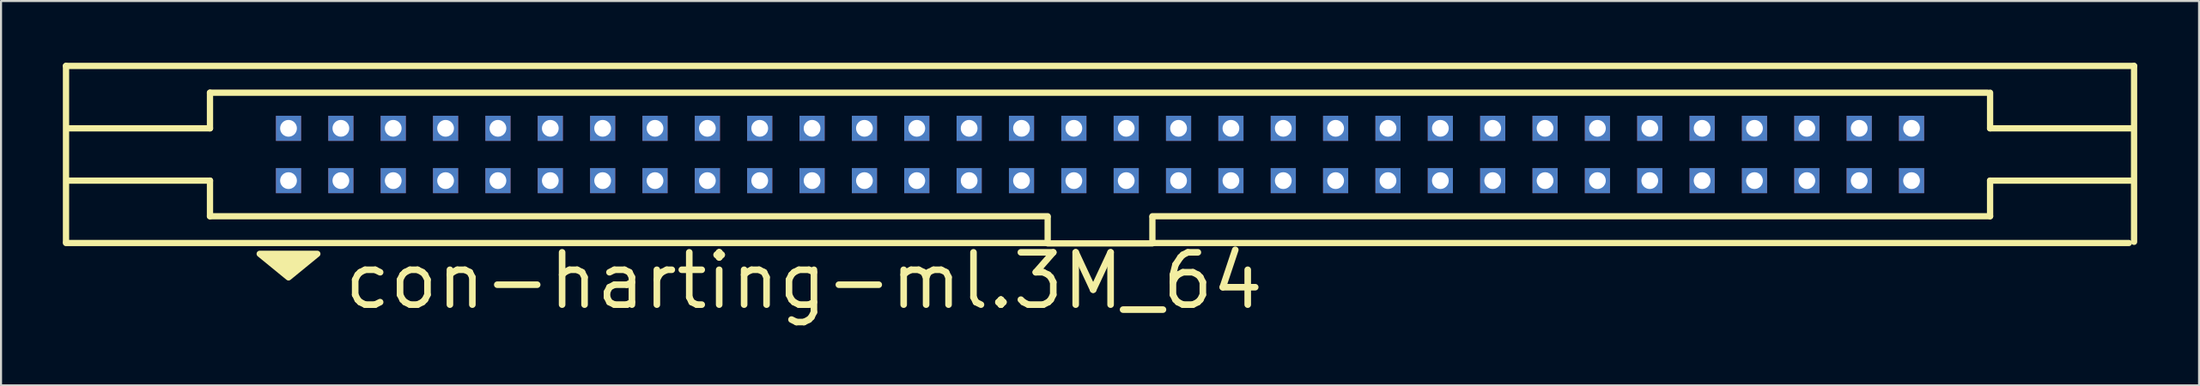
<source format=kicad_pcb>
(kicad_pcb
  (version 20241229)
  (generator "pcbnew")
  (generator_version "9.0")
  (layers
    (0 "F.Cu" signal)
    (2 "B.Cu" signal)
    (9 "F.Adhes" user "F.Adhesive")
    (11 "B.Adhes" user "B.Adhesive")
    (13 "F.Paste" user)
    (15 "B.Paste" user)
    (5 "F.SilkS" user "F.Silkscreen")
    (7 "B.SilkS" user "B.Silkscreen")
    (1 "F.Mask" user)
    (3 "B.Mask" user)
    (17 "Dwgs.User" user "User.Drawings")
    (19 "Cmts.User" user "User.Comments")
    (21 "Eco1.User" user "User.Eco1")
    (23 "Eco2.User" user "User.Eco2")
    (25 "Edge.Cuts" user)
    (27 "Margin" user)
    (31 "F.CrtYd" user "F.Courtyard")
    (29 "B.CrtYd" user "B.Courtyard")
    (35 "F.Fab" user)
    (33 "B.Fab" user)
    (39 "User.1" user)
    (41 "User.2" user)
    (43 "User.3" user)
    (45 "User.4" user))
  (footprint "con-harting-ml.3M_64"
    (layer "F.Cu")
    (at 50.317 4.452)
    (property "Reference" "con-harting-ml.3M_64" (at -36.83 7.62 0) (layer "F.SilkS") (effects (font (size 2.54 2.54) (thickness 0.32)) (justify left bottom)))
    (attr through_hole)
    (fp_line (start -50.165 -4.3) (end -50.165 4.242) (stroke (width 0.305) (type default)) (layer "F.SilkS"))
    (fp_line (start -50.165 4.3) (end -2.54 4.3) (stroke (width 0.305) (type default)) (layer "F.SilkS"))
    (fp_line (start -43.18 -1.27) (end -50.038 -1.27) (stroke (width 0.305) (type default)) (layer "F.SilkS"))
    (fp_line (start -43.18 -1.27) (end -43.18 -3) (stroke (width 0.305) (type default)) (layer "F.SilkS"))
    (fp_line (start -43.18 1.27) (end -50.038 1.27) (stroke (width 0.305) (type default)) (layer "F.SilkS"))
    (fp_line (start -43.18 3) (end -43.18 1.27) (stroke (width 0.305) (type default)) (layer "F.SilkS"))
    (fp_line (start -2.54 3) (end -43.18 3) (stroke (width 0.305) (type default)) (layer "F.SilkS"))
    (fp_line (start -2.54 4.3) (end -2.54 3.048) (stroke (width 0.305) (type default)) (layer "F.SilkS"))
    (fp_line (start -2.54 4.318) (end 2.54 4.318) (stroke (width 0.305) (type default)) (layer "F.SilkS"))
    (fp_line (start 2.54 3.048) (end 2.54 4.3) (stroke (width 0.305) (type default)) (layer "F.SilkS"))
    (fp_line (start 2.54 4.3) (end 49.911 4.3) (stroke (width 0.305) (type default)) (layer "F.SilkS"))
    (fp_line (start 43.053 -3) (end -43.18 -3) (stroke (width 0.305) (type default)) (layer "F.SilkS"))
    (fp_line (start 43.18 -1.27) (end 43.18 -3) (stroke (width 0.305) (type default)) (layer "F.SilkS"))
    (fp_line (start 43.18 -1.27) (end 50.038 -1.27) (stroke (width 0.305) (type default)) (layer "F.SilkS"))
    (fp_line (start 43.18 1.27) (end 50.038 1.27) (stroke (width 0.305) (type default)) (layer "F.SilkS"))
    (fp_line (start 43.18 3) (end 2.54 3) (stroke (width 0.305) (type default)) (layer "F.SilkS"))
    (fp_line (start 43.18 3) (end 43.18 1.27) (stroke (width 0.305) (type default)) (layer "F.SilkS"))
    (fp_line (start 50.165 -4.3) (end -50.165 -4.3) (stroke (width 0.305) (type default)) (layer "F.SilkS"))
    (fp_line (start 50.165 4.242) (end 50.165 -4.3) (stroke (width 0.305) (type default)) (layer "F.SilkS"))
    (fp_poly (pts (xy -40.767 4.826) (xy -37.973 4.826) (xy -39.37 5.969)) (stroke (width 0.305) (type default)) (fill yes) (layer "F.SilkS"))
    (pad "1" thru_hole rect (at -39.37 1.27) (size 1.219 1.219) (drill 0.813) (layers "*.Cu" "*.Mask"))
    (pad "2" thru_hole rect (at -39.37 -1.27) (size 1.219 1.219) (drill 0.813) (layers "*.Cu" "*.Mask"))
    (pad "3" thru_hole rect (at -36.83 1.27) (size 1.219 1.219) (drill 0.813) (layers "*.Cu" "*.Mask"))
    (pad "4" thru_hole rect (at -36.83 -1.27) (size 1.219 1.219) (drill 0.813) (layers "*.Cu" "*.Mask"))
    (pad "5" thru_hole rect (at -34.29 1.27) (size 1.219 1.219) (drill 0.813) (layers "*.Cu" "*.Mask"))
    (pad "6" thru_hole rect (at -34.29 -1.27) (size 1.219 1.219) (drill 0.813) (layers "*.Cu" "*.Mask"))
    (pad "7" thru_hole rect (at -31.75 1.27) (size 1.219 1.219) (drill 0.813) (layers "*.Cu" "*.Mask"))
    (pad "8" thru_hole rect (at -31.75 -1.27) (size 1.219 1.219) (drill 0.813) (layers "*.Cu" "*.Mask"))
    (pad "9" thru_hole rect (at -29.21 1.27) (size 1.219 1.219) (drill 0.813) (layers "*.Cu" "*.Mask"))
    (pad "10" thru_hole rect (at -29.21 -1.27) (size 1.219 1.219) (drill 0.813) (layers "*.Cu" "*.Mask"))
    (pad "11" thru_hole rect (at -26.67 1.27) (size 1.219 1.219) (drill 0.813) (layers "*.Cu" "*.Mask"))
    (pad "12" thru_hole rect (at -26.67 -1.27) (size 1.219 1.219) (drill 0.813) (layers "*.Cu" "*.Mask"))
    (pad "13" thru_hole rect (at -24.13 1.27) (size 1.219 1.219) (drill 0.813) (layers "*.Cu" "*.Mask"))
    (pad "14" thru_hole rect (at -24.13 -1.27) (size 1.219 1.219) (drill 0.813) (layers "*.Cu" "*.Mask"))
    (pad "15" thru_hole rect (at -21.59 1.27) (size 1.219 1.219) (drill 0.813) (layers "*.Cu" "*.Mask"))
    (pad "16" thru_hole rect (at -21.59 -1.27) (size 1.219 1.219) (drill 0.813) (layers "*.Cu" "*.Mask"))
    (pad "17" thru_hole rect (at -19.05 1.27) (size 1.219 1.219) (drill 0.813) (layers "*.Cu" "*.Mask"))
    (pad "18" thru_hole rect (at -19.05 -1.27) (size 1.219 1.219) (drill 0.813) (layers "*.Cu" "*.Mask"))
    (pad "19" thru_hole rect (at -16.51 1.27) (size 1.219 1.219) (drill 0.813) (layers "*.Cu" "*.Mask"))
    (pad "20" thru_hole rect (at -16.51 -1.27) (size 1.219 1.219) (drill 0.813) (layers "*.Cu" "*.Mask"))
    (pad "21" thru_hole rect (at -13.97 1.27) (size 1.219 1.219) (drill 0.813) (layers "*.Cu" "*.Mask"))
    (pad "22" thru_hole rect (at -13.97 -1.27) (size 1.219 1.219) (drill 0.813) (layers "*.Cu" "*.Mask"))
    (pad "23" thru_hole rect (at -11.43 1.27) (size 1.219 1.219) (drill 0.813) (layers "*.Cu" "*.Mask"))
    (pad "24" thru_hole rect (at -11.43 -1.27) (size 1.219 1.219) (drill 0.813) (layers "*.Cu" "*.Mask"))
    (pad "25" thru_hole rect (at -8.89 1.27) (size 1.219 1.219) (drill 0.813) (layers "*.Cu" "*.Mask"))
    (pad "26" thru_hole rect (at -8.89 -1.27) (size 1.219 1.219) (drill 0.813) (layers "*.Cu" "*.Mask"))
    (pad "27" thru_hole rect (at -6.35 1.27) (size 1.219 1.219) (drill 0.813) (layers "*.Cu" "*.Mask"))
    (pad "28" thru_hole rect (at -6.35 -1.27) (size 1.219 1.219) (drill 0.813) (layers "*.Cu" "*.Mask"))
    (pad "29" thru_hole rect (at -3.81 1.27) (size 1.219 1.219) (drill 0.813) (layers "*.Cu" "*.Mask"))
    (pad "30" thru_hole rect (at -3.81 -1.27) (size 1.219 1.219) (drill 0.813) (layers "*.Cu" "*.Mask"))
    (pad "31" thru_hole rect (at -1.27 1.27) (size 1.219 1.219) (drill 0.813) (layers "*.Cu" "*.Mask"))
    (pad "32" thru_hole rect (at -1.27 -1.27) (size 1.219 1.219) (drill 0.813) (layers "*.Cu" "*.Mask"))
    (pad "33" thru_hole rect (at 1.27 1.27) (size 1.219 1.219) (drill 0.813) (layers "*.Cu" "*.Mask"))
    (pad "34" thru_hole rect (at 1.27 -1.27) (size 1.219 1.219) (drill 0.813) (layers "*.Cu" "*.Mask"))
    (pad "35" thru_hole rect (at 3.81 1.27) (size 1.219 1.219) (drill 0.813) (layers "*.Cu" "*.Mask"))
    (pad "36" thru_hole rect (at 3.81 -1.27) (size 1.219 1.219) (drill 0.813) (layers "*.Cu" "*.Mask"))
    (pad "37" thru_hole rect (at 6.35 1.27) (size 1.219 1.219) (drill 0.813) (layers "*.Cu" "*.Mask"))
    (pad "38" thru_hole rect (at 6.35 -1.27) (size 1.219 1.219) (drill 0.813) (layers "*.Cu" "*.Mask"))
    (pad "39" thru_hole rect (at 8.89 1.27) (size 1.219 1.219) (drill 0.813) (layers "*.Cu" "*.Mask"))
    (pad "40" thru_hole rect (at 8.89 -1.27) (size 1.219 1.219) (drill 0.813) (layers "*.Cu" "*.Mask"))
    (pad "41" thru_hole rect (at 11.43 1.27) (size 1.219 1.219) (drill 0.813) (layers "*.Cu" "*.Mask"))
    (pad "42" thru_hole rect (at 11.43 -1.27) (size 1.219 1.219) (drill 0.813) (layers "*.Cu" "*.Mask"))
    (pad "43" thru_hole rect (at 13.97 1.27) (size 1.219 1.219) (drill 0.813) (layers "*.Cu" "*.Mask"))
    (pad "44" thru_hole rect (at 13.97 -1.27) (size 1.219 1.219) (drill 0.813) (layers "*.Cu" "*.Mask"))
    (pad "45" thru_hole rect (at 16.51 1.27) (size 1.219 1.219) (drill 0.813) (layers "*.Cu" "*.Mask"))
    (pad "46" thru_hole rect (at 16.51 -1.27) (size 1.219 1.219) (drill 0.813) (layers "*.Cu" "*.Mask"))
    (pad "47" thru_hole rect (at 19.05 1.27) (size 1.219 1.219) (drill 0.813) (layers "*.Cu" "*.Mask"))
    (pad "48" thru_hole rect (at 19.05 -1.27) (size 1.219 1.219) (drill 0.813) (layers "*.Cu" "*.Mask"))
    (pad "49" thru_hole rect (at 21.59 1.27) (size 1.219 1.219) (drill 0.813) (layers "*.Cu" "*.Mask"))
    (pad "50" thru_hole rect (at 21.59 -1.27) (size 1.219 1.219) (drill 0.813) (layers "*.Cu" "*.Mask"))
    (pad "51" thru_hole rect (at 24.13 1.27) (size 1.219 1.219) (drill 0.813) (layers "*.Cu" "*.Mask"))
    (pad "52" thru_hole rect (at 24.13 -1.27) (size 1.219 1.219) (drill 0.813) (layers "*.Cu" "*.Mask"))
    (pad "53" thru_hole rect (at 26.67 1.27) (size 1.219 1.219) (drill 0.813) (layers "*.Cu" "*.Mask"))
    (pad "54" thru_hole rect (at 26.67 -1.27) (size 1.219 1.219) (drill 0.813) (layers "*.Cu" "*.Mask"))
    (pad "55" thru_hole rect (at 29.21 1.27) (size 1.219 1.219) (drill 0.813) (layers "*.Cu" "*.Mask"))
    (pad "56" thru_hole rect (at 29.21 -1.27) (size 1.219 1.219) (drill 0.813) (layers "*.Cu" "*.Mask"))
    (pad "57" thru_hole rect (at 31.75 1.27) (size 1.219 1.219) (drill 0.813) (layers "*.Cu" "*.Mask"))
    (pad "58" thru_hole rect (at 31.75 -1.27) (size 1.219 1.219) (drill 0.813) (layers "*.Cu" "*.Mask"))
    (pad "59" thru_hole rect (at 34.29 1.27) (size 1.219 1.219) (drill 0.813) (layers "*.Cu" "*.Mask"))
    (pad "60" thru_hole rect (at 34.29 -1.27) (size 1.219 1.219) (drill 0.813) (layers "*.Cu" "*.Mask"))
    (pad "61" thru_hole rect (at 36.83 1.27) (size 1.219 1.219) (drill 0.813) (layers "*.Cu" "*.Mask"))
    (pad "62" thru_hole rect (at 36.83 -1.27) (size 1.219 1.219) (drill 0.813) (layers "*.Cu" "*.Mask"))
    (pad "63" thru_hole rect (at 39.37 1.27) (size 1.219 1.219) (drill 0.813) (layers "*.Cu" "*.Mask"))
    (pad "64" thru_hole rect (at 39.37 -1.27) (size 1.219 1.219) (drill 0.813) (layers "*.Cu" "*.Mask")))
  (gr_rect
    (start -3 -3)
    (end 103.635 15.667)
    (stroke (width 0.1) (type default))
    (fill no)
    (layer "Edge.Cuts")))
</source>
